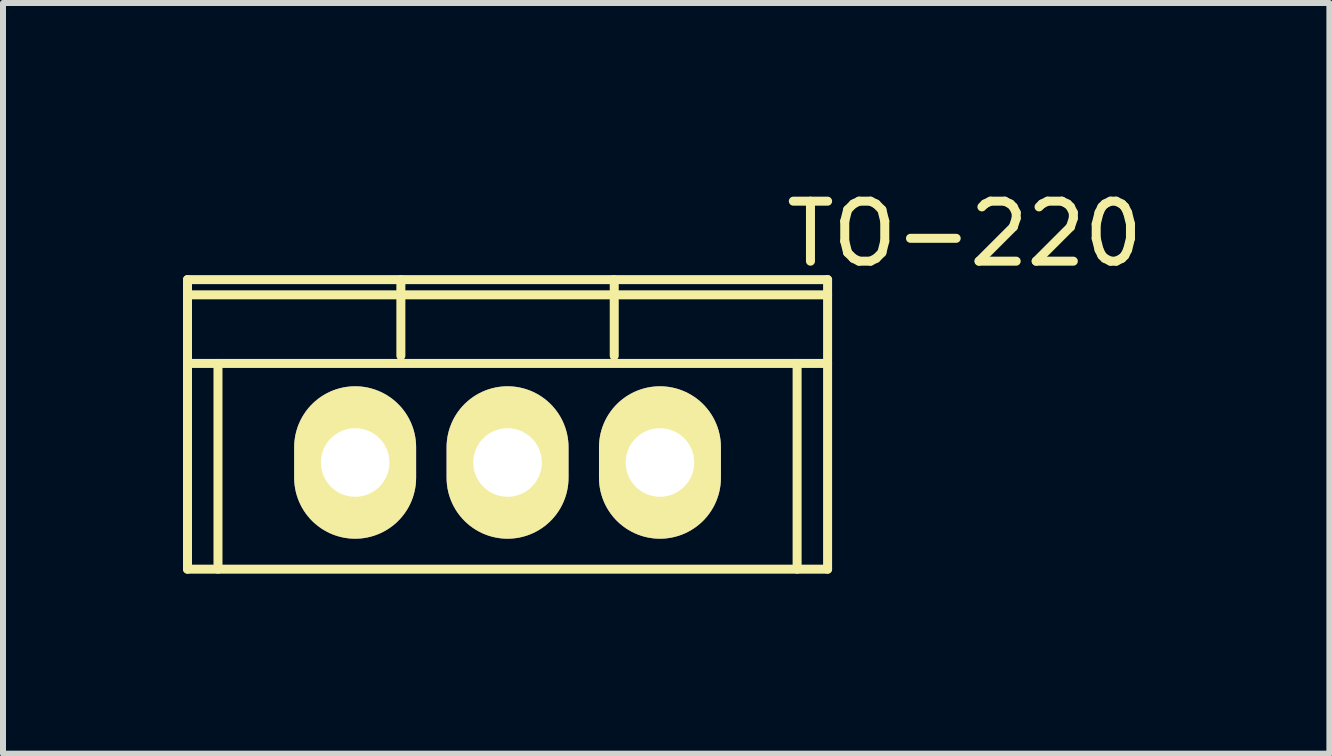
<source format=kicad_pcb>
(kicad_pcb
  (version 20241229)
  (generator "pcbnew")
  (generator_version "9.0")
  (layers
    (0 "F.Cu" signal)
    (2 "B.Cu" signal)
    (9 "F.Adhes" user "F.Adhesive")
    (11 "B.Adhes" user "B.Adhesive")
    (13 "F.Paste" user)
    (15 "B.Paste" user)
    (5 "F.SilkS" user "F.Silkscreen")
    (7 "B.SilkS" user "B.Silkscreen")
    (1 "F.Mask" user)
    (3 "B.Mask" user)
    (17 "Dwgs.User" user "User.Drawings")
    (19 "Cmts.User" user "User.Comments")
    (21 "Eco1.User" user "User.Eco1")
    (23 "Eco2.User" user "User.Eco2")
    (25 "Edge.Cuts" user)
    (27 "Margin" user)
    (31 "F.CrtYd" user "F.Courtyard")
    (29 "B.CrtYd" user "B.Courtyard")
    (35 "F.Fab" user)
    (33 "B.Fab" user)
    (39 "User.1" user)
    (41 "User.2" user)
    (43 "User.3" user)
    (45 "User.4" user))
  (footprint "TO-220"
    (layer "F.Cu")
    (at 5.409 4.658)
    (property "Reference" "TO-220" (at 7.62 -3.81 0) (layer "F.SilkS") (effects (font (size 1 1) (thickness 0.15))))
    (attr through_hole)
    (fp_line (start -5.334 -3.048) (end -5.334 1.778) (stroke (width 0.15) (type solid)) (layer "F.SilkS"))
    (fp_line (start -5.334 -1.651) (end 5.334 -1.651) (stroke (width 0.15) (type solid)) (layer "F.SilkS"))
    (fp_line (start -4.826 -1.651) (end -4.826 1.778) (stroke (width 0.15) (type solid)) (layer "F.SilkS"))
    (fp_line (start -1.778 -1.778) (end -1.778 -3.048) (stroke (width 0.15) (type solid)) (layer "F.SilkS"))
    (fp_line (start 1.778 -1.778) (end 1.778 -3.048) (stroke (width 0.15) (type solid)) (layer "F.SilkS"))
    (fp_line (start 4.826 -1.651) (end 4.826 1.778) (stroke (width 0.15) (type solid)) (layer "F.SilkS"))
    (fp_line (start 5.334 -3.048) (end -5.334 -3.048) (stroke (width 0.15) (type solid)) (layer "F.SilkS"))
    (fp_line (start 5.334 -3.048) (end 5.334 1.778) (stroke (width 0.15) (type solid)) (layer "F.SilkS"))
    (fp_line (start 5.334 -2.794) (end -5.334 -2.794) (stroke (width 0.15) (type solid)) (layer "F.SilkS"))
    (fp_line (start 5.334 1.778) (end -5.334 1.778) (stroke (width 0.15) (type solid)) (layer "F.SilkS"))
    (pad "GND" thru_hole oval (at 0 0) (size 2.032 2.54) (drill 1.143) (layers "*.Cu" "*.Mask" "F.SilkS"))
    (pad "VI" thru_hole oval (at -2.54 0) (size 2.032 2.54) (drill 1.143) (layers "*.Cu" "*.Mask" "F.SilkS"))
    (pad "VO" thru_hole oval (at 2.54 0) (size 2.032 2.54) (drill 1.143) (layers "*.Cu" "*.Mask" "F.SilkS")))
  (gr_rect
    (start -3 -3)
    (end 19.106 9.511)
    (stroke (width 0.1) (type default))
    (fill no)
    (layer "Edge.Cuts")))
</source>
